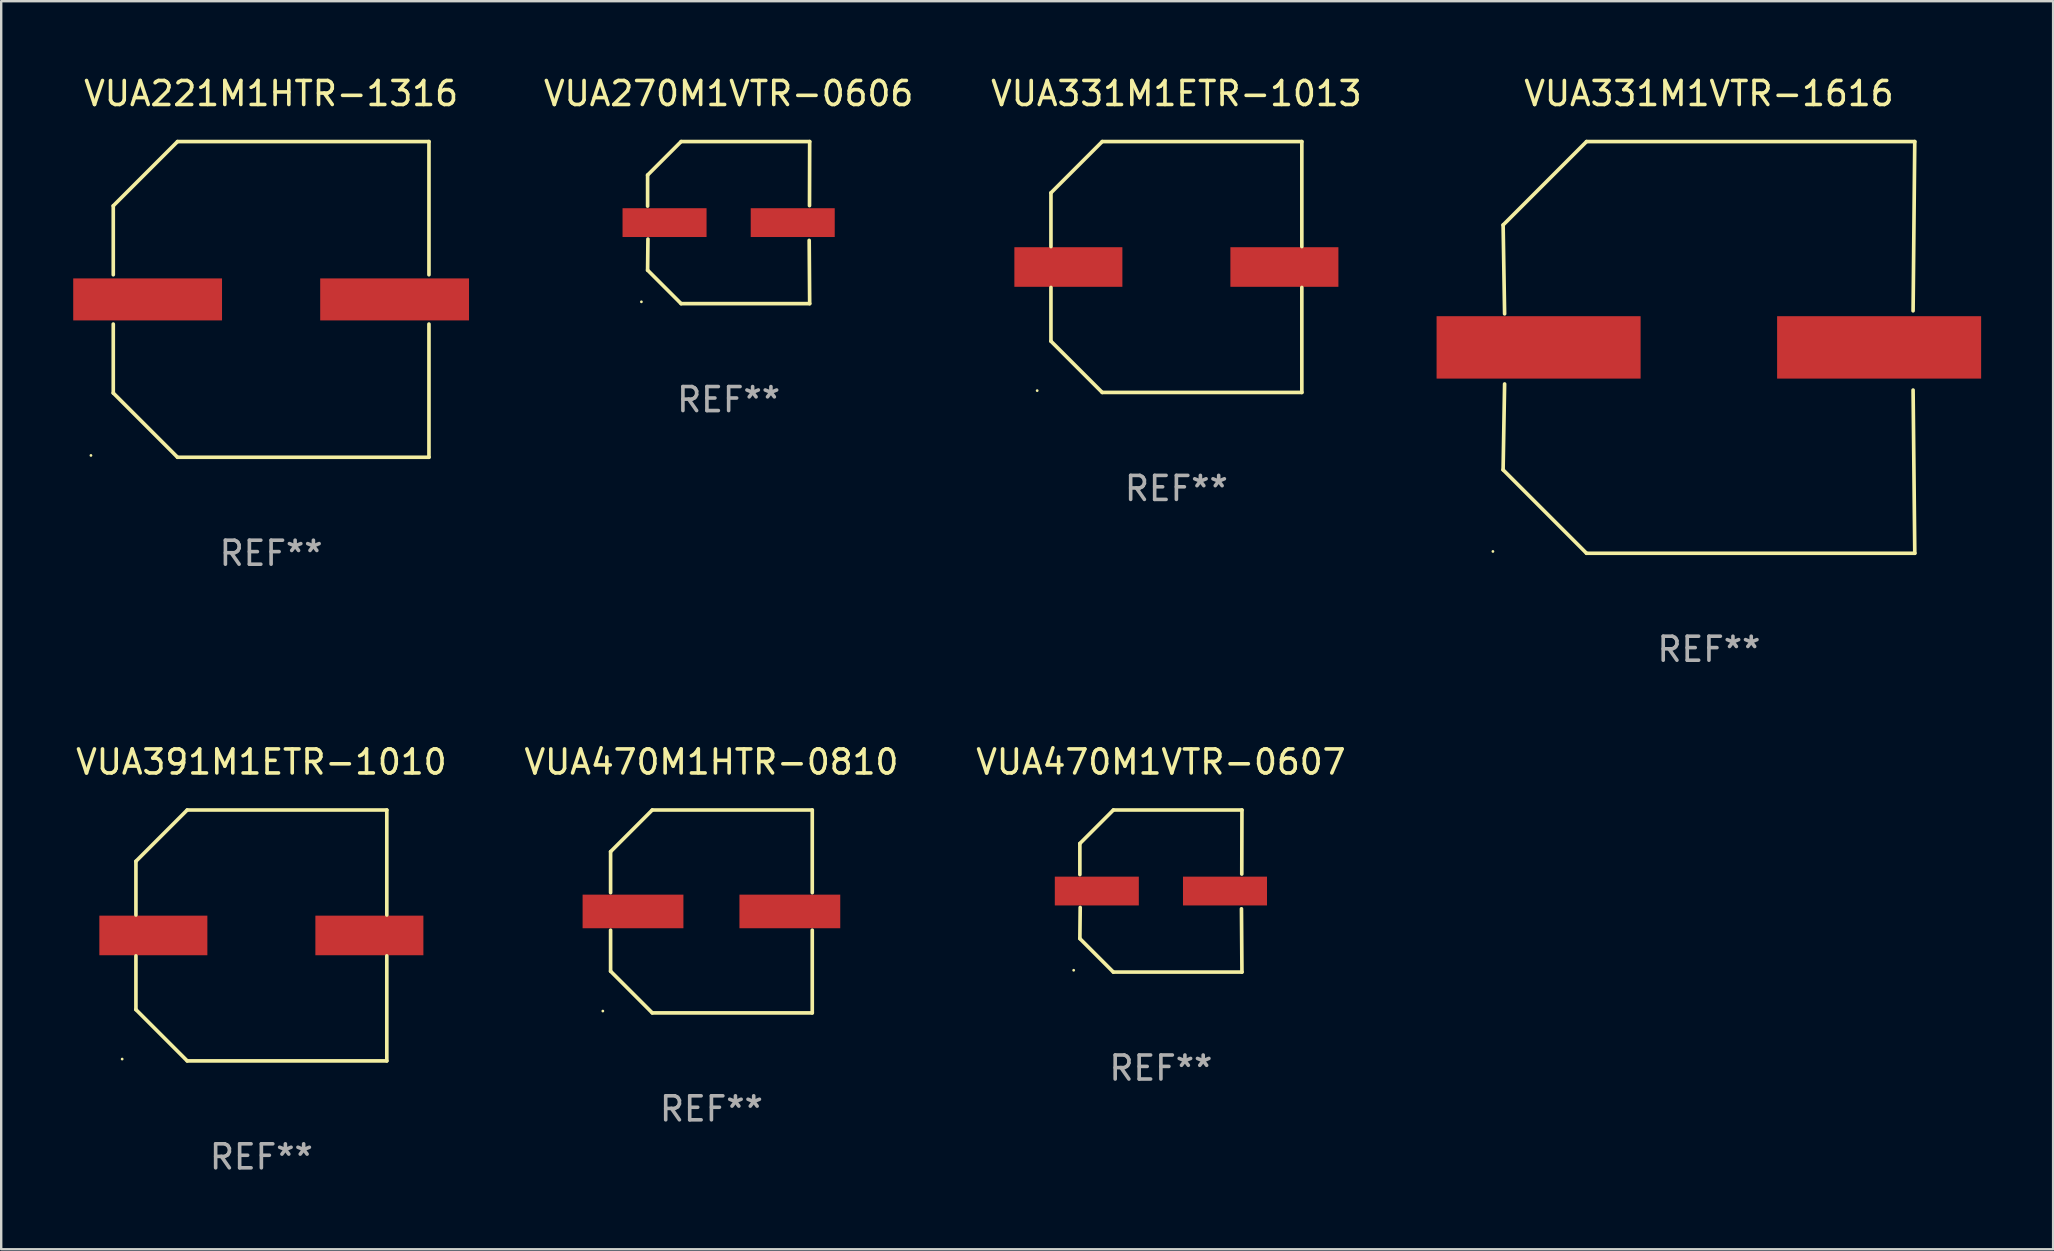
<source format=kicad_pcb>
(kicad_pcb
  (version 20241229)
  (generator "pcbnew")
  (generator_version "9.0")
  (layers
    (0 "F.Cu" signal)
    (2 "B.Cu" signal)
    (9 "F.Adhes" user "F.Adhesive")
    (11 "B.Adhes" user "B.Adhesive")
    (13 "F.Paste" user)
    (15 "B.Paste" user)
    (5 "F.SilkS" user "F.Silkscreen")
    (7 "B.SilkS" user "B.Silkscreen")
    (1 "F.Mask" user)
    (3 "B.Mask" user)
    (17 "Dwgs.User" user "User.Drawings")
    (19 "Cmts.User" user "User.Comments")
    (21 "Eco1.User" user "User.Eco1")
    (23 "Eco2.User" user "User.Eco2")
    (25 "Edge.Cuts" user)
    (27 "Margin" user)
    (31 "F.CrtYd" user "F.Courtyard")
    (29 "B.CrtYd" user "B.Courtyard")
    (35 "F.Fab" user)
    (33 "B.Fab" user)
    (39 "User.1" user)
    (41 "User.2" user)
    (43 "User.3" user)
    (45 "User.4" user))
  (footprint "VUA221M1HTR-1316"
    (layer "F.Cu")
    (at 8.245 9.424)
    (property "Reference" "VUA221M1HTR-1316" (at 0 -8.576 0) (layer "F.SilkS") (effects (font (size 1 1) (thickness 0.15))))
    (attr through_hole)
    (fp_line (start -6.576 -3.9) (end -6.576 -1.027) (stroke (width 0.152) (type solid)) (layer "F.SilkS"))
    (fp_line (start -6.576 3.9) (end -6.576 1.027) (stroke (width 0.152) (type solid)) (layer "F.SilkS"))
    (fp_line (start -3.9 -6.576) (end -6.576 -3.9) (stroke (width 0.152) (type solid)) (layer "F.SilkS"))
    (fp_line (start -3.9 6.576) (end -6.576 3.9) (stroke (width 0.152) (type solid)) (layer "F.SilkS"))
    (fp_line (start 6.576 -6.576) (end -3.9 -6.576) (stroke (width 0.152) (type solid)) (layer "F.SilkS"))
    (fp_line (start 6.576 -1.027) (end 6.576 -6.576) (stroke (width 0.152) (type solid)) (layer "F.SilkS"))
    (fp_line (start 6.576 1.027) (end 6.576 6.576) (stroke (width 0.152) (type solid)) (layer "F.SilkS"))
    (fp_line (start 6.576 6.576) (end -3.9 6.576) (stroke (width 0.152) (type solid)) (layer "F.SilkS"))
    (fp_circle (center -7.506 6.5) (end -7.476 6.5) (stroke (width 0.06) (type solid)) (fill no) (layer "F.SilkS"))
    (fp_text user "REF**" (at 0 10.576 0) (layer "F.Fab") (effects (font (size 1 1) (thickness 0.15))))
    (pad "1" smd rect (at -5.145 0) (size 6.2 1.75) (layers "F.Cu" "F.Mask" "F.Paste"))
    (pad "2" smd rect (at 5.145 0) (size 6.2 1.75) (layers "F.Cu" "F.Mask" "F.Paste")))
  (footprint "VUA331M1ETR-1013"
    (layer "F.Cu")
    (at 45.96 8.074)
    (property "Reference" "VUA331M1ETR-1013" (at 0 -7.226 0) (layer "F.SilkS") (effects (font (size 1 1) (thickness 0.15))))
    (attr through_hole)
    (fp_line (start -5.226 -3.09) (end -5.226 -0.852) (stroke (width 0.152) (type solid)) (layer "F.SilkS"))
    (fp_line (start -5.226 3.09) (end -5.226 0.852) (stroke (width 0.152) (type solid)) (layer "F.SilkS"))
    (fp_line (start -3.09 -5.226) (end -5.226 -3.09) (stroke (width 0.152) (type solid)) (layer "F.SilkS"))
    (fp_line (start -3.09 5.226) (end -5.226 3.09) (stroke (width 0.152) (type solid)) (layer "F.SilkS"))
    (fp_line (start 5.226 -5.226) (end -3.09 -5.226) (stroke (width 0.152) (type solid)) (layer "F.SilkS"))
    (fp_line (start 5.226 -0.852) (end 5.226 -5.226) (stroke (width 0.152) (type solid)) (layer "F.SilkS"))
    (fp_line (start 5.226 0.852) (end 5.226 5.226) (stroke (width 0.152) (type solid)) (layer "F.SilkS"))
    (fp_line (start 5.226 5.226) (end -3.09 5.226) (stroke (width 0.152) (type solid)) (layer "F.SilkS"))
    (fp_circle (center -5.8 5.15) (end -5.77 5.15) (stroke (width 0.06) (type solid)) (fill no) (layer "F.SilkS"))
    (fp_text user "REF**" (at 0 9.226 0) (layer "F.Fab") (effects (font (size 1 1) (thickness 0.15))))
    (pad "1" smd rect (at -4.5 0) (size 4.5 1.65) (layers "F.Cu" "F.Mask" "F.Paste"))
    (pad "2" smd rect (at 4.5 0) (size 4.5 1.65) (layers "F.Cu" "F.Mask" "F.Paste")))
  (footprint "VUA470M1HTR-0810"
    (layer "F.Cu")
    (at 26.589 34.922)
    (property "Reference" "VUA470M1HTR-0810" (at 0 -6.226 0) (layer "F.SilkS") (effects (font (size 1 1) (thickness 0.15))))
    (attr through_hole)
    (fp_line (start -4.201 -2.49) (end -4.201 -0.782) (stroke (width 0.152) (type solid)) (layer "F.SilkS"))
    (fp_line (start -4.201 2.49) (end -4.201 0.782) (stroke (width 0.152) (type solid)) (layer "F.SilkS"))
    (fp_line (start -2.465 -4.226) (end -4.201 -2.49) (stroke (width 0.152) (type solid)) (layer "F.SilkS"))
    (fp_line (start -2.465 4.226) (end -4.201 2.49) (stroke (width 0.152) (type solid)) (layer "F.SilkS"))
    (fp_line (start 4.201 -4.226) (end -2.465 -4.226) (stroke (width 0.152) (type solid)) (layer "F.SilkS"))
    (fp_line (start 4.201 -0.782) (end 4.201 -4.226) (stroke (width 0.152) (type solid)) (layer "F.SilkS"))
    (fp_line (start 4.201 0.782) (end 4.201 4.226) (stroke (width 0.152) (type solid)) (layer "F.SilkS"))
    (fp_line (start 4.201 4.226) (end -2.465 4.226) (stroke (width 0.152) (type solid)) (layer "F.SilkS"))
    (fp_circle (center -4.524 4.15) (end -4.494 4.15) (stroke (width 0.06) (type solid)) (fill no) (layer "F.SilkS"))
    (fp_text user "REF**" (at 0 8.226 0) (layer "F.Fab") (effects (font (size 1 1) (thickness 0.15))))
    (pad "1" smd rect (at -3.267 0) (size 4.2 1.4) (layers "F.Cu" "F.Mask" "F.Paste"))
    (pad "2" smd rect (at 3.267 0) (size 4.2 1.4) (layers "F.Cu" "F.Mask" "F.Paste")))
  (footprint "VUA470M1VTR-0607"
    (layer "F.Cu")
    (at 45.315 34.072)
    (property "Reference" "VUA470M1VTR-0607" (at 0 -5.376 0) (layer "F.SilkS") (effects (font (size 1 1) (thickness 0.15))))
    (attr through_hole)
    (fp_line (start -3.376 -1.98) (end -3.376 -0.686) (stroke (width 0.152) (type solid)) (layer "F.SilkS"))
    (fp_line (start -3.376 1.981) (end -3.362 0.686) (stroke (width 0.152) (type solid)) (layer "F.SilkS"))
    (fp_line (start -1.981 3.376) (end -3.376 1.981) (stroke (width 0.152) (type solid)) (layer "F.SilkS"))
    (fp_line (start -1.98 -3.376) (end -3.376 -1.98) (stroke (width 0.152) (type solid)) (layer "F.SilkS"))
    (fp_line (start 3.356 0.74) (end 3.376 3.376) (stroke (width 0.152) (type solid)) (layer "F.SilkS"))
    (fp_line (start 3.369 -0.707) (end 3.376 -3.376) (stroke (width 0.152) (type solid)) (layer "F.SilkS"))
    (fp_line (start 3.376 3.376) (end -1.981 3.376) (stroke (width 0.152) (type solid)) (layer "F.SilkS"))
    (fp_line (start 3.376 -3.376) (end -1.98 -3.376) (stroke (width 0.152) (type solid)) (layer "F.SilkS"))
    (fp_circle (center -3.634 3.3) (end -3.604 3.3) (stroke (width 0.06) (type solid)) (fill no) (layer "F.SilkS"))
    (fp_text user "REF**" (at 0 7.376 0) (layer "F.Fab") (effects (font (size 1 1) (thickness 0.15))))
    (pad "1" smd rect (at -2.67 0.000254) (size 3.5 1.2) (layers "F.Cu" "F.Mask" "F.Paste"))
    (pad "2" smd rect (at 2.67 0.000254) (size 3.5 1.2) (layers "F.Cu" "F.Mask" "F.Paste")))
  (footprint "VUA270M1VTR-0606"
    (layer "F.Cu")
    (at 27.306 6.224)
    (property "Reference" "VUA270M1VTR-0606" (at 0 -5.376 0) (layer "F.SilkS") (effects (font (size 1 1) (thickness 0.15))))
    (attr through_hole)
    (fp_line (start -3.376 -1.98) (end -3.376 -0.686) (stroke (width 0.152) (type solid)) (layer "F.SilkS"))
    (fp_line (start -3.376 1.981) (end -3.362 0.686) (stroke (width 0.152) (type solid)) (layer "F.SilkS"))
    (fp_line (start -1.981 3.376) (end -3.376 1.981) (stroke (width 0.152) (type solid)) (layer "F.SilkS"))
    (fp_line (start -1.98 -3.376) (end -3.376 -1.98) (stroke (width 0.152) (type solid)) (layer "F.SilkS"))
    (fp_line (start 3.356 0.74) (end 3.376 3.376) (stroke (width 0.152) (type solid)) (layer "F.SilkS"))
    (fp_line (start 3.369 -0.707) (end 3.376 -3.376) (stroke (width 0.152) (type solid)) (layer "F.SilkS"))
    (fp_line (start 3.376 3.376) (end -1.981 3.376) (stroke (width 0.152) (type solid)) (layer "F.SilkS"))
    (fp_line (start 3.376 -3.376) (end -1.98 -3.376) (stroke (width 0.152) (type solid)) (layer "F.SilkS"))
    (fp_circle (center -3.634 3.3) (end -3.604 3.3) (stroke (width 0.06) (type solid)) (fill no) (layer "F.SilkS"))
    (fp_text user "REF**" (at 0 7.376 0) (layer "F.Fab") (effects (font (size 1 1) (thickness 0.15))))
    (pad "1" smd rect (at -2.67 0.000254) (size 3.5 1.2) (layers "F.Cu" "F.Mask" "F.Paste"))
    (pad "2" smd rect (at 2.67 0.000254) (size 3.5 1.2) (layers "F.Cu" "F.Mask" "F.Paste")))
  (footprint "VUA391M1ETR-1010"
    (layer "F.Cu")
    (at 7.839 35.922)
    (property "Reference" "VUA391M1ETR-1010" (at 0 -7.226 0) (layer "F.SilkS") (effects (font (size 1 1) (thickness 0.15))))
    (attr through_hole)
    (fp_line (start -5.226 -3.09) (end -5.226 -0.852) (stroke (width 0.152) (type solid)) (layer "F.SilkS"))
    (fp_line (start -5.226 3.09) (end -5.226 0.852) (stroke (width 0.152) (type solid)) (layer "F.SilkS"))
    (fp_line (start -3.09 -5.226) (end -5.226 -3.09) (stroke (width 0.152) (type solid)) (layer "F.SilkS"))
    (fp_line (start -3.09 5.226) (end -5.226 3.09) (stroke (width 0.152) (type solid)) (layer "F.SilkS"))
    (fp_line (start 5.226 -5.226) (end -3.09 -5.226) (stroke (width 0.152) (type solid)) (layer "F.SilkS"))
    (fp_line (start 5.226 -0.852) (end 5.226 -5.226) (stroke (width 0.152) (type solid)) (layer "F.SilkS"))
    (fp_line (start 5.226 0.852) (end 5.226 5.226) (stroke (width 0.152) (type solid)) (layer "F.SilkS"))
    (fp_line (start 5.226 5.226) (end -3.09 5.226) (stroke (width 0.152) (type solid)) (layer "F.SilkS"))
    (fp_circle (center -5.8 5.15) (end -5.77 5.15) (stroke (width 0.06) (type solid)) (fill no) (layer "F.SilkS"))
    (fp_text user "REF**" (at 0 9.226 0) (layer "F.Fab") (effects (font (size 1 1) (thickness 0.15))))
    (pad "1" smd rect (at -4.5 0) (size 4.5 1.65) (layers "F.Cu" "F.Mask" "F.Paste"))
    (pad "2" smd rect (at 4.5 0) (size 4.5 1.65) (layers "F.Cu" "F.Mask" "F.Paste")))
  (footprint "VUA331M1VTR-1616"
    (layer "F.Cu")
    (at 68.147 11.424)
    (property "Reference" "VUA331M1VTR-1616" (at 0 -10.576 0) (layer "F.SilkS") (effects (font (size 1 1) (thickness 0.15))))
    (attr through_hole)
    (fp_line (start -8.576 5.099) (end -8.513 1.523) (stroke (width 0.152) (type solid)) (layer "F.SilkS"))
    (fp_line (start -8.575 -5.101) (end -8.513 -1.398) (stroke (width 0.152) (type solid)) (layer "F.SilkS"))
    (fp_line (start -5.1 -8.576) (end -8.575 -5.101) (stroke (width 0.152) (type solid)) (layer "F.SilkS"))
    (fp_line (start -5.1 8.576) (end -8.576 5.099) (stroke (width 0.152) (type solid)) (layer "F.SilkS"))
    (fp_line (start 8.505 -1.525) (end 8.575 -8.576) (stroke (width 0.152) (type solid)) (layer "F.SilkS"))
    (fp_line (start 8.505 1.777) (end 8.576 8.576) (stroke (width 0.152) (type solid)) (layer "F.SilkS"))
    (fp_line (start 8.575 -8.576) (end -5.1 -8.576) (stroke (width 0.152) (type solid)) (layer "F.SilkS"))
    (fp_line (start 8.576 8.576) (end -5.1 8.576) (stroke (width 0.152) (type solid)) (layer "F.SilkS"))
    (fp_circle (center -9 8.5) (end -8.97 8.5) (stroke (width 0.06) (type solid)) (fill no) (layer "F.SilkS"))
    (fp_text user "REF**" (at 0 12.576 0) (layer "F.Fab") (effects (font (size 1 1) (thickness 0.15))))
    (pad "1" smd rect (at -7.097 -0.001) (size 8.5 2.6) (layers "F.Cu" "F.Mask" "F.Paste"))
    (pad "2" smd rect (at 7.09 -0.001) (size 8.5 2.6) (layers "F.Cu" "F.Mask" "F.Paste")))
  (gr_rect
    (start -3 -3)
    (end 82.486 48.997)
    (stroke (width 0.1) (type default))
    (fill no)
    (layer "Edge.Cuts")))
</source>
